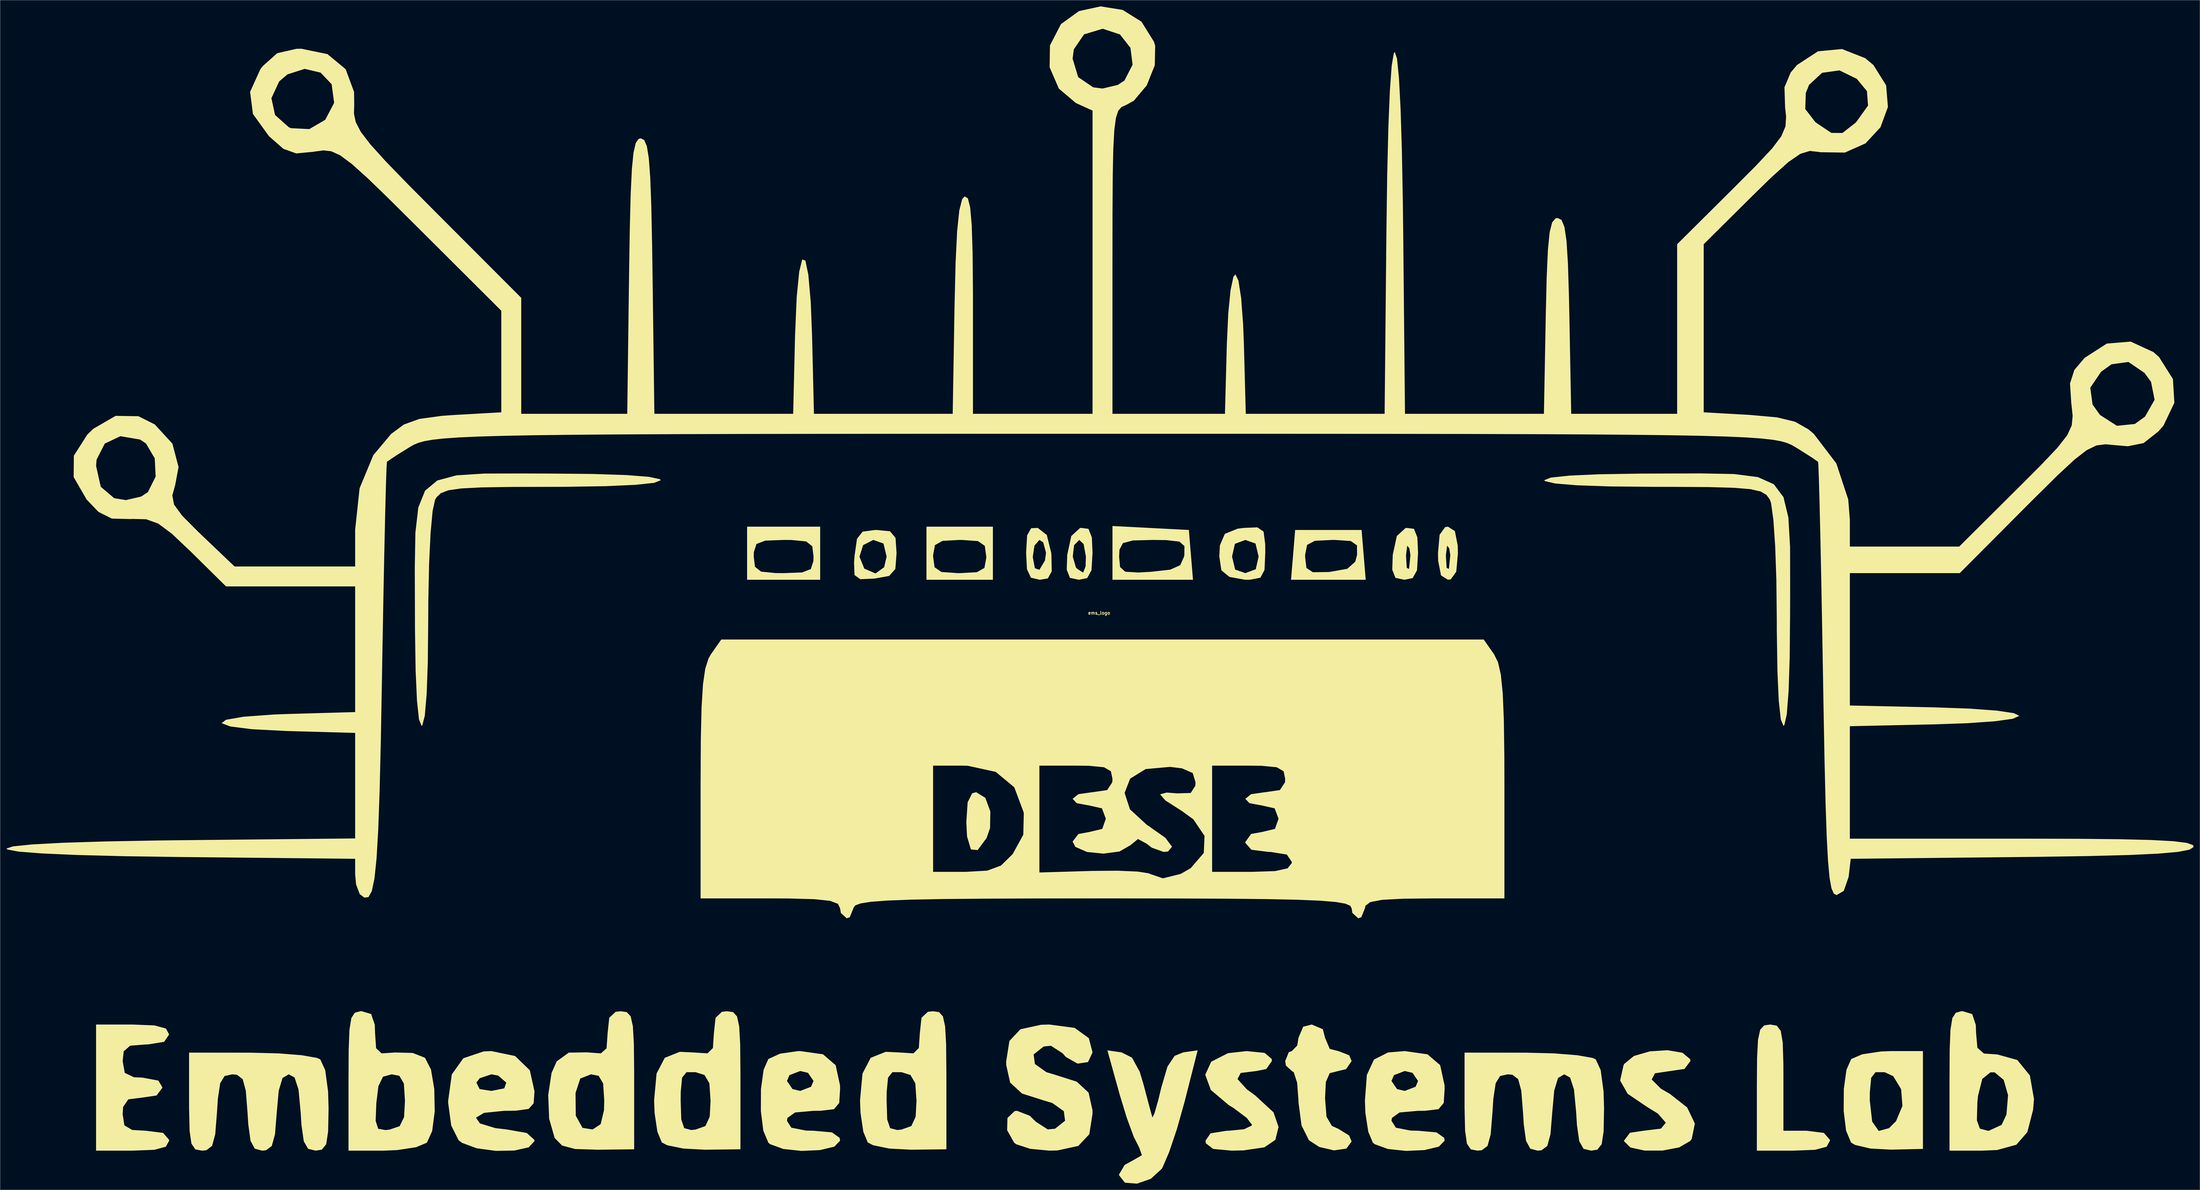
<source format=kicad_pcb>
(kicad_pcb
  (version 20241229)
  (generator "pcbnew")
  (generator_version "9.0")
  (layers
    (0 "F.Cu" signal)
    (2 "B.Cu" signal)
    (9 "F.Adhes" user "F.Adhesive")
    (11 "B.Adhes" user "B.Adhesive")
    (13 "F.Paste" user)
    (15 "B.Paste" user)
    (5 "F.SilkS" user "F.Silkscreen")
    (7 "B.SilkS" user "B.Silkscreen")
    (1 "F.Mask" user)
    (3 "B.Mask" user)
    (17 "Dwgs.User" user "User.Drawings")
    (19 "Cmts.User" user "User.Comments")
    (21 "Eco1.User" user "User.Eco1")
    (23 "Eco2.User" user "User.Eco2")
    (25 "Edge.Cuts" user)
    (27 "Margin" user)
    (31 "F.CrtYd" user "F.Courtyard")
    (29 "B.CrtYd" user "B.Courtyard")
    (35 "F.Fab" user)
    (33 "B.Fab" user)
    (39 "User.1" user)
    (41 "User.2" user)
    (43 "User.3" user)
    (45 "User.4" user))
  (footprint "ems_logo"
    (layer "F.Cu")
    (at 522.288 290.124)
    (property "Reference" "ems_logo" (at 0 0 0) (layer "F.SilkS") (effects (font (size 1.5 1.5) (thickness 0.3))))
    (attr board_only exclude_from_pos_files exclude_from_bom)
    (fp_poly (pts (xy -54.417 88.421) (xy -52.023 94.933) (xy -52.155 102.89) (xy -53.817 107.654) (xy -58.111 113.426) (xy -61.309 113.108) (xy -63.152 106.906) (xy -63.5 100.013) (xy -62.862 90.554) (xy -60.713 86.267) (xy -58.798 85.725)) (stroke (width 0) (type solid)) (fill yes) (layer "F.SilkS"))
    (fp_poly (pts (xy 323.839 197.38) (xy 325.735 199.823) (xy 326.683 205.455) (xy 327.002 215.553) (xy 327.025 222.25) (xy 327.025 247.65) (xy 338.137 247.65) (xy 346.356 248.683) (xy 349.23 251.979) (xy 349.25 252.412) (xy 347.682 255.285) (xy 342.181 256.763) (xy 331.788 257.175) (xy 314.325 257.175) (xy 314.325 227.012) (xy 314.421 212.994) (xy 314.874 204.146) (xy 315.932 199.291) (xy 317.843 197.252) (xy 320.675 196.85)) (stroke (width 0) (type solid)) (fill yes) (layer "F.SilkS"))
    (fp_poly (pts (xy -25.029 -37.305) (xy -22.915 -28.723) (xy -22.827 -27.755) (xy -22.675 -19.893) (xy -24.535 -16.52) (xy -28.383 -15.875) (xy -32.621 -16.857) (xy -34.517 -20.924) (xy -34.821 -26.8) (xy -31.75 -26.8) (xy -30.742 -21.398) (xy -28.575 -20.637) (xy -25.908 -25.116) (xy -25.4 -28.762) (xy -26.766 -33.819) (xy -28.575 -34.925) (xy -30.941 -32.202) (xy -31.75 -26.8) (xy -34.821 -26.8) (xy -34.925 -28.808) (xy -34.44 -37.104) (xy -32.538 -40.527) (xy -29.369 -40.688)) (stroke (width 0) (type solid)) (fill yes) (layer "F.SilkS"))
    (fp_poly (pts (xy 150.447 -40.242) (xy 152.073 -36.123) (xy 152.4 -28.808) (xy 151.903 -20.431) (xy 149.846 -16.682) (xy 145.858 -15.875) (xy 141.605 -16.782) (xy 140.069 -20.669) (xy 140.277 -26.988) (xy 146.669 -26.988) (xy 147.012 -21.565) (xy 148.006 -21.088) (xy 148.133 -21.371) (xy 148.761 -27.674) (xy 148.25 -30.896) (xy 147.24 -32.191) (xy 146.69 -27.973) (xy 146.669 -26.988) (xy 140.277 -26.988) (xy 140.302 -27.755) (xy 142.25 -36.804) (xy 146.39 -40.585) (xy 146.844 -40.688)) (stroke (width 0) (type solid)) (fill yes) (layer "F.SilkS"))
    (fp_poly (pts (xy 169.999 -39.178) (xy 171.364 -32.226) (xy 171.45 -28.575) (xy 170.664 -19.744) (xy 168.057 -16.105) (xy 166.688 -15.875) (xy 163.376 -17.972) (xy 162.011 -24.924) (xy 161.963 -26.988) (xy 165.719 -26.988) (xy 166.062 -21.565) (xy 167.056 -21.088) (xy 167.183 -21.371) (xy 167.811 -27.674) (xy 167.3 -30.896) (xy 166.29 -32.191) (xy 165.74 -27.973) (xy 165.719 -26.988) (xy 161.963 -26.988) (xy 161.925 -28.575) (xy 162.711 -37.406) (xy 165.318 -41.045) (xy 166.688 -41.275)) (stroke (width 0) (type solid)) (fill yes) (layer "F.SilkS"))
    (fp_poly (pts (xy -5.128 -40.242) (xy -3.502 -36.123) (xy -3.175 -28.808) (xy -3.672 -20.431) (xy -5.729 -16.682) (xy -9.717 -15.875) (xy -13.97 -16.782) (xy -15.506 -20.669) (xy -15.299 -26.957) (xy -12.63 -26.957) (xy -11.146 -21.854) (xy -10.583 -21.167) (xy -7.682 -19.283) (xy -6.506 -22.217) (xy -6.35 -26.988) (xy -7.437 -32.954) (xy -9.525 -34.925) (xy -12.007 -32.393) (xy -12.63 -26.957) (xy -15.299 -26.957) (xy -15.273 -27.755) (xy -13.325 -36.804) (xy -9.185 -40.585) (xy -8.731 -40.688)) (stroke (width 0) (type solid)) (fill yes) (layer "F.SilkS"))
    (fp_poly (pts (xy -99.963 -39.068) (xy -97.338 -35.926) (xy -96.838 -28.575) (xy -97.418 -21.036) (xy -100.392 -17.697) (xy -107.361 -16.452) (xy -114.164 -16.145) (xy -116.939 -18.146) (xy -117.15 -24.162) (xy -116.936 -26.917) (xy -114.57 -26.917) (xy -112.273 -21.258) (xy -112.183 -21.167) (xy -106.887 -18.899) (xy -102.765 -21.882) (xy -101.6 -26.988) (xy -103.088 -33.212) (xy -107.95 -34.925) (xy -112.831 -32.44) (xy -114.57 -26.917) (xy -116.936 -26.917) (xy -116.886 -27.565) (xy -115.747 -35.487) (xy -113.037 -38.91) (xy -107.148 -39.684) (xy -106.362 -39.688)) (stroke (width 0) (type solid)) (fill yes) (layer "F.SilkS"))
    (fp_poly (pts (xy 78.57 -38.918) (xy 79.347 -32.921) (xy 79.375 -28.776) (xy 79.017 -20.551) (xy 77.043 -16.862) (xy 72.105 -15.901) (xy 69.75 -15.875) (xy 62.263 -17.244) (xy 58.387 -20.407) (xy 57.428 -26.988) (xy 63.5 -26.988) (xy 64.988 -20.763) (xy 69.85 -19.05) (xy 74.829 -20.91) (xy 76.2 -26.988) (xy 74.712 -33.212) (xy 69.85 -34.925) (xy 64.871 -33.065) (xy 63.5 -26.988) (xy 57.428 -26.988) (xy 57.413 -27.091) (xy 57.693 -32.313) (xy 60.041 -37.826) (xy 66.206 -40.321) (xy 69.056 -40.682) (xy 75.623 -40.947)) (stroke (width 0) (type solid)) (fill yes) (layer "F.SilkS"))
    (fp_poly (pts (xy 126.398 -27.781) (xy 127.383 -15.875) (xy 109.537 -15.875) (xy 91.692 -15.875) (xy 92.596 -26.796) (xy 98.425 -26.796) (xy 99.045 -21.522) (xy 102.127 -19.485) (xy 109.507 -19.585) (xy 110.331 -19.652) (xy 118.586 -21.127) (xy 122.373 -24.485) (xy 123.252 -27.781) (xy 123.201 -32.344) (xy 120.235 -34.403) (xy 112.749 -34.921) (xy 111.346 -34.925) (xy 103.081 -34.517) (xy 99.37 -32.547) (xy 98.436 -27.896) (xy 98.425 -26.796) (xy 92.596 -26.796) (xy 92.677 -27.781) (xy 93.662 -39.688) (xy 109.537 -39.688) (xy 125.412 -39.688)) (stroke (width 0) (type solid)) (fill yes) (layer "F.SilkS"))
    (fp_poly (pts (xy -133.35 -28.575) (xy -133.35 -15.875) (xy -150.812 -15.875) (xy -168.275 -15.875) (xy -168.275 -26.988) (xy -165.1 -26.988) (xy -164.508 -22.089) (xy -161.597 -19.769) (xy -154.666 -19.08) (xy -150.812 -19.05) (xy -141.996 -19.379) (xy -137.819 -20.996) (xy -136.58 -24.847) (xy -136.525 -26.988) (xy -137.117 -31.886) (xy -140.028 -34.206) (xy -146.959 -34.895) (xy -150.812 -34.925) (xy -159.629 -34.596) (xy -163.806 -32.979) (xy -165.045 -29.128) (xy -165.1 -26.988) (xy -168.275 -26.988) (xy -168.275 -28.575) (xy -168.275 -41.275) (xy -150.812 -41.275) (xy -133.35 -41.275)) (stroke (width 0) (type solid)) (fill yes) (layer "F.SilkS"))
    (fp_poly (pts (xy -50.8 -28.575) (xy -50.8 -15.875) (xy -66.675 -15.875) (xy -82.55 -15.875) (xy -82.55 -26.988) (xy -79.375 -26.988) (xy -78.682 -21.874) (xy -75.412 -19.601) (xy -67.781 -19.053) (xy -66.675 -19.05) (xy -58.493 -19.483) (xy -54.856 -21.527) (xy -53.98 -26.296) (xy -53.975 -26.988) (xy -54.668 -32.101) (xy -57.938 -34.374) (xy -65.569 -34.922) (xy -66.675 -34.925) (xy -74.857 -34.492) (xy -78.494 -32.448) (xy -79.37 -27.679) (xy -79.375 -26.988) (xy -82.55 -26.988) (xy -82.55 -28.575) (xy -82.55 -41.275) (xy -66.675 -41.275) (xy -50.8 -41.275)) (stroke (width 0) (type solid)) (fill yes) (layer "F.SilkS"))
    (fp_poly (pts (xy 24.606 -40.64) (xy 42.862 -39.688) (xy 43.848 -27.781) (xy 44.833 -15.875) (xy 25.592 -15.875) (xy 6.35 -15.875) (xy 6.35 -26.814) (xy 9.525 -26.814) (xy 9.983 -21.953) (xy 12.464 -19.727) (xy 18.632 -19.349) (xy 24.606 -19.67) (xy 33.969 -20.711) (xy 38.713 -22.841) (xy 40.565 -26.932) (xy 40.702 -27.781) (xy 40.753 -31.995) (xy 38.349 -34.117) (xy 31.995 -34.853) (xy 25.621 -34.925) (xy 16.122 -34.682) (xy 11.353 -33.41) (xy 9.697 -30.295) (xy 9.525 -26.814) (xy 6.35 -26.814) (xy 6.35 -28.733) (xy 6.35 -41.592)) (stroke (width 0) (type solid)) (fill yes) (layer "F.SilkS"))
    (fp_poly (pts (xy 393.7 232.948) (xy 393.7 256.345) (xy 378.39 256.69) (xy 368.586 256.163) (xy 361.241 254.431) (xy 359.34 253.295) (xy 356.974 247.625) (xy 355.823 238.25) (xy 355.853 233.142) (xy 368.3 233.142) (xy 369.423 243.254) (xy 372.59 247.757) (xy 377.499 246.41) (xy 380.841 243.079) (xy 383.905 235.768) (xy 383.278 227.776) (xy 379.53 221.579) (xy 375.444 219.648) (xy 371.067 219.641) (xy 368.969 222.296) (xy 368.331 229.162) (xy 368.3 233.142) (xy 355.853 233.142) (xy 355.884 227.698) (xy 357.151 218.495) (xy 359.41 213.36) (xy 364.679 211.095) (xy 373.652 209.731) (xy 378.46 209.55) (xy 393.7 209.55)) (stroke (width 0) (type solid)) (fill yes) (layer "F.SilkS"))
    (fp_poly (pts (xy -451.432 197.278) (xy -446.01 198.778) (xy -444.5 201.613) (xy -446.91 205.135) (xy -454.6 206.366) (xy -455.613 206.375) (xy -463.127 206.968) (xy -466.204 209.637) (xy -466.725 214.312) (xy -465.7 219.985) (xy -461.342 222.06) (xy -457.2 222.25) (xy -449.638 223.67) (xy -447.675 227.012) (xy -450.515 230.793) (xy -457.2 231.775) (xy -464.007 232.629) (xy -466.498 236.261) (xy -466.725 239.713) (xy -465.895 245.08) (xy -462.159 247.278) (xy -455.613 247.65) (xy -447.394 248.683) (xy -444.52 251.979) (xy -444.5 252.412) (xy -446.068 255.285) (xy -451.569 256.763) (xy -461.962 257.175) (xy -479.425 257.175) (xy -479.425 227.012) (xy -479.425 196.85) (xy -461.962 196.85)) (stroke (width 0) (type solid)) (fill yes) (layer "F.SilkS"))
    (fp_poly (pts (xy 40.773 233.972) (xy 37.196 246.702) (xy 33.474 257.785) (xy 30.319 265.137) (xy 29.864 265.906) (xy 24.648 270.662) (xy 18.067 272.952) (xy 12.306 272.498) (xy 9.551 269.02) (xy 9.525 268.501) (xy 12.174 264.006) (xy 16.042 261.884) (xy 20.416 259.356) (xy 19.11 255.66) (xy 16.547 250.614) (xy 13.172 241.423) (xy 9.797 230.356) (xy 3.933 209.208) (xy 10.698 210.173) (xy 15.699 212.696) (xy 19.388 219.471) (xy 21.176 225.425) (xy 23.495 234.238) (xy 25.105 240.148) (xy 25.449 241.3) (xy 26.397 239.45) (xy 28.228 232.996) (xy 29.685 227.012) (xy 32.623 216.994) (xy 36.056 211.84) (xy 40.216 210.159) (xy 47.071 209.181)) (stroke (width 0) (type solid)) (fill yes) (layer "F.SilkS"))
    (fp_poly (pts (xy 79.075 210.422) (xy 82.425 213.276) (xy 82.55 214.312) (xy 79.82 218.16) (xy 75.142 219.075) (xy 67.628 220.024) (xy 66.103 222.923) (xy 70.563 227.845) (xy 74.629 230.814) (xy 83.314 238.844) (xy 85.725 245.837) (xy 84.204 252.013) (xy 78.955 255.58) (xy 68.952 257.055) (xy 63.24 257.175) (xy 54.508 256.355) (xy 50.984 253.651) (xy 50.8 252.412) (xy 53.21 248.89) (xy 60.9 247.659) (xy 61.913 247.65) (xy 69.259 246.931) (xy 72.929 245.163) (xy 73.025 244.789) (xy 70.537 241.521) (xy 64.328 236.865) (xy 61.913 235.371) (xy 53.356 228.133) (xy 50.688 220.858) (xy 53.546 214.635) (xy 61.569 210.553) (xy 70.485 209.55)) (stroke (width 0) (type solid)) (fill yes) (layer "F.SilkS"))
    (fp_poly (pts (xy 278.741 210.342) (xy 282.436 213.395) (xy 282.575 214.312) (xy 279.735 218.093) (xy 273.05 219.075) (xy 265.613 220.175) (xy 264.081 223.154) (xy 268.463 227.533) (xy 272.825 230.071) (xy 281.01 236.504) (xy 284.698 244.187) (xy 283.208 251.532) (xy 282.449 252.565) (xy 277.181 255.621) (xy 269.191 257.144) (xy 260.674 257.143) (xy 253.824 255.631) (xy 250.834 252.617) (xy 250.825 252.412) (xy 253.656 248.626) (xy 260.163 247.65) (xy 268.502 246.635) (xy 270.812 243.799) (xy 267.045 239.46) (xy 261.925 236.309) (xy 252.581 229.971) (xy 248.982 223.645) (xy 250.601 216.341) (xy 250.948 215.67) (xy 255.574 211.89) (xy 263.173 209.681) (xy 271.608 209.134)) (stroke (width 0) (type solid)) (fill yes) (layer "F.SilkS"))
    (fp_poly (pts (xy 106.906 199.095) (xy 107.95 203.2) (xy 110.195 208.506) (xy 114.3 209.55) (xy 119.471 211.535) (xy 120.65 214.312) (xy 118.003 218.191) (xy 114.3 219.075) (xy 110.183 220.113) (xy 108.337 224.33) (xy 107.95 232.072) (xy 108.638 240.941) (xy 111.227 245.371) (xy 114.3 246.73) (xy 119.46 249.919) (xy 120.65 252.783) (xy 118.15 256.188) (xy 112.222 257.042) (xy 105.221 255.416) (xy 100.239 252.186) (xy 96.704 245.092) (xy 95.258 234.075) (xy 95.25 233.136) (xy 94.61 224.694) (xy 92.993 219.678) (xy 92.075 219.075) (xy 89.258 216.503) (xy 88.9 214.312) (xy 90.614 210.087) (xy 92.075 209.55) (xy 94.655 206.891) (xy 95.25 203.2) (xy 97.495 197.894) (xy 101.6 196.85)) (stroke (width 0) (type solid)) (fill yes) (layer "F.SilkS"))
    (fp_poly (pts (xy 417.25 191.853) (xy 418.964 197.028) (xy 419.1 200.849) (xy 419.716 207.961) (xy 422.871 210.736) (xy 429.282 211.168) (xy 438.793 213.807) (xy 444.815 221.208) (xy 446.783 232.495) (xy 446.351 237.615) (xy 443.612 248.291) (xy 438.354 254.337) (xy 429.174 256.872) (xy 421.886 257.175) (xy 406.4 257.175) (xy 406.4 242.706) (xy 419.485 242.706) (xy 420.914 246.633) (xy 424.684 247.645) (xy 425.207 247.65) (xy 431.292 244.856) (xy 433.614 239.942) (xy 434.383 230.636) (xy 432.277 223.298) (xy 427.975 219.726) (xy 425.972 219.716) (xy 422.07 222.861) (xy 420.003 231.039) (xy 419.711 234.184) (xy 419.485 242.706) (xy 406.4 242.706) (xy 406.4 223.838) (xy 406.48 208.965) (xy 406.861 199.32) (xy 407.758 193.778) (xy 409.385 191.218) (xy 411.955 190.517) (xy 412.75 190.5)) (stroke (width 0) (type solid)) (fill yes) (layer "F.SilkS"))
    (fp_poly (pts (xy -279.148 211.912) (xy -272.123 218.72) (xy -269.875 228.827) (xy -270.297 234.508) (xy -272.699 237.225) (xy -278.79 238.066) (xy -284.427 238.125) (xy -294.036 239.098) (xy -297.841 241.409) (xy -295.974 244.147) (xy -288.57 246.4) (xy -283.122 247.039) (xy -273.568 248.729) (xy -269.928 252.015) (xy -269.875 252.595) (xy -272.625 255.573) (xy -279.511 257.124) (xy -288.486 257.271) (xy -297.505 256.037) (xy -304.52 253.446) (xy -306.161 252.186) (xy -309.681 245.151) (xy -311.141 234.323) (xy -311.15 233.363) (xy -309.944 224.631) (xy -297.656 224.631) (xy -296.093 227.719) (xy -290.512 228.6) (xy -284.331 227.385) (xy -283.369 224.631) (xy -287.238 221.265) (xy -290.512 220.662) (xy -296.074 222.536) (xy -297.656 224.631) (xy -309.944 224.631) (xy -309.401 220.705) (xy -303.891 212.976) (xy -294.226 209.722) (xy -290.512 209.55)) (stroke (width 0) (type solid)) (fill yes) (layer "F.SilkS"))
    (fp_poly (pts (xy -347.961 191.821) (xy -346.231 196.901) (xy -346.075 201.063) (xy -345.588 208.174) (xy -342.942 210.652) (xy -336.521 210.223) (xy -328.121 210.434) (xy -322.233 212.749) (xy -319.349 218.371) (xy -317.776 227.738) (xy -317.57 238.373) (xy -318.788 247.797) (xy -321.31 253.365) (xy -326.484 255.532) (xy -335.557 256.912) (xy -341.947 257.175) (xy -358.775 257.175) (xy -358.775 242.912) (xy -345.801 242.912) (xy -344.608 246.696) (xy -341.105 247.337) (xy -339.126 247.103) (xy -334.329 245.473) (xy -332.222 241.154) (xy -331.788 233.363) (xy -332.32 225.054) (xy -334.472 221.382) (xy -338.137 220.662) (xy -342.288 221.803) (xy -344.481 226.282) (xy -345.476 234.403) (xy -345.801 242.912) (xy -358.775 242.912) (xy -358.775 223.838) (xy -358.695 208.965) (xy -358.314 199.32) (xy -357.417 193.778) (xy -355.79 191.218) (xy -353.22 190.517) (xy -352.425 190.5)) (stroke (width 0) (type solid)) (fill yes) (layer "F.SilkS"))
    (fp_poly (pts (xy -225.756 190.922) (xy -223.916 192.938) (xy -222.863 197.678) (xy -222.381 206.269) (xy -222.252 219.839) (xy -222.25 223.509) (xy -222.25 256.518) (xy -239.665 256.726) (xy -250.454 256.39) (xy -256.69 254.73) (xy -260.115 251.254) (xy -260.303 250.913) (xy -262.88 241.898) (xy -263.33 230.593) (xy -263.19 229.662) (xy -250.268 229.662) (xy -250.155 240.458) (xy -246.932 246.276) (xy -242.103 247.047) (xy -238.27 244.512) (xy -236.68 237.907) (xy -236.537 233.319) (xy -237.074 225.028) (xy -239.24 221.371) (xy -242.887 220.662) (xy -248.011 222.691) (xy -250.258 229.573) (xy -250.268 229.662) (xy -263.19 229.662) (xy -261.739 220.041) (xy -259.28 214.483) (xy -253.512 210.287) (xy -244.992 210.151) (xy -238.165 210.655) (xy -235.443 208.244) (xy -234.95 201.216) (xy -234.95 201.063) (xy -234.156 193.637) (xy -231.102 190.759) (xy -228.6 190.5)) (stroke (width 0) (type solid)) (fill yes) (layer "F.SilkS"))
    (fp_poly (pts (xy -263.345 -66.675) (xy -242.338 -66.492) (xy -226.128 -65.962) (xy -215.176 -65.112) (xy -209.944 -63.97) (xy -209.55 -63.5) (xy -212.642 -62.248) (xy -221.6 -61.284) (xy -235.943 -60.639) (xy -255.192 -60.342) (xy -261.826 -60.325) (xy -281.256 -60.275) (xy -295.294 -60.055) (xy -304.898 -59.558) (xy -311.026 -58.679) (xy -314.636 -57.312) (xy -316.686 -55.35) (xy -317.388 -54.184) (xy -318.568 -48.84) (xy -319.545 -38.265) (xy -320.254 -23.575) (xy -320.631 -5.887) (xy -320.675 2.966) (xy -320.867 23.263) (xy -321.424 38.827) (xy -322.313 49.163) (xy -323.505 53.775) (xy -323.85 53.975) (xy -325.094 50.881) (xy -326.053 41.909) (xy -326.699 27.528) (xy -327.004 8.205) (xy -327.025 0.706) (xy -327.095 -21.627) (xy -326.807 -38.411) (xy -325.418 -50.433) (xy -322.181 -58.482) (xy -316.352 -63.347) (xy -307.185 -65.815) (xy -293.936 -66.676) (xy -275.859 -66.716)) (stroke (width 0) (type solid)) (fill yes) (layer "F.SilkS"))
    (fp_poly (pts (xy -174.956 190.922) (xy -173.116 192.938) (xy -172.063 197.678) (xy -171.581 206.269) (xy -171.452 219.839) (xy -171.45 223.509) (xy -171.45 256.518) (xy -188.403 256.721) (xy -198.655 256.183) (xy -206.47 254.587) (xy -209.041 253.239) (xy -211.157 248.122) (xy -212.489 239.127) (xy -212.715 233.363) (xy -200.025 233.363) (xy -199.732 242.296) (xy -198.318 246.429) (xy -194.98 247.302) (xy -192.881 247.077) (xy -188.2 245.413) (xy -186.147 240.965) (xy -185.738 233.363) (xy -186.299 224.96) (xy -188.638 220.979) (xy -192.881 219.648) (xy -197.234 219.634) (xy -199.336 222.251) (xy -199.989 229.04) (xy -200.025 233.363) (xy -212.715 233.363) (xy -212.725 233.116) (xy -211.539 220.29) (xy -207.619 212.769) (xy -200.421 209.9) (xy -193.704 210.223) (xy -187.207 210.638) (xy -184.615 208.093) (xy -184.15 201.063) (xy -183.356 193.637) (xy -180.302 190.759) (xy -177.8 190.5)) (stroke (width 0) (type solid)) (fill yes) (layer "F.SilkS"))
    (fp_poly (pts (xy -76.531 190.922) (xy -74.691 192.938) (xy -73.638 197.678) (xy -73.156 206.269) (xy -73.027 219.839) (xy -73.025 223.509) (xy -73.025 256.518) (xy -89.978 256.721) (xy -100.23 256.183) (xy -108.045 254.587) (xy -110.616 253.239) (xy -112.732 248.122) (xy -114.064 239.127) (xy -114.29 233.363) (xy -101.6 233.363) (xy -101.307 242.296) (xy -99.893 246.429) (xy -96.555 247.302) (xy -94.456 247.077) (xy -89.775 245.413) (xy -87.722 240.965) (xy -87.312 233.363) (xy -87.874 224.96) (xy -90.213 220.979) (xy -94.456 219.648) (xy -98.809 219.634) (xy -100.911 222.251) (xy -101.564 229.04) (xy -101.6 233.363) (xy -114.29 233.363) (xy -114.3 233.116) (xy -113.114 220.29) (xy -109.194 212.769) (xy -101.996 209.9) (xy -95.279 210.223) (xy -88.782 210.638) (xy -86.19 208.093) (xy -85.725 201.063) (xy -84.931 193.637) (xy -81.877 190.759) (xy -79.375 190.5)) (stroke (width 0) (type solid)) (fill yes) (layer "F.SilkS"))
    (fp_poly (pts (xy 156.923 211.097) (xy 162.974 216.288) (xy 165.072 225.947) (xy 165.1 227.647) (xy 164.675 234.358) (xy 162.18 237.341) (xy 155.788 238.104) (xy 152.4 238.125) (xy 143.569 238.911) (xy 139.93 241.518) (xy 139.7 242.887) (xy 141.797 246.199) (xy 148.749 247.564) (xy 152.4 247.65) (xy 161.231 248.436) (xy 164.87 251.043) (xy 165.1 252.412) (xy 162.334 255.255) (xy 155.465 256.904) (xy 146.64 257.299) (xy 138.005 256.383) (xy 131.705 254.094) (xy 130.81 253.365) (xy 128.606 248.155) (xy 127.23 239.119) (xy 127 233.363) (xy 127.716 223.838) (xy 139.7 223.838) (xy 142.347 227.716) (xy 146.05 228.6) (xy 151.221 226.615) (xy 152.4 223.838) (xy 149.753 219.959) (xy 146.05 219.075) (xy 140.879 221.06) (xy 139.7 223.838) (xy 127.716 223.838) (xy 127.931 220.977) (xy 131.319 213.63) (xy 138.054 210.21) (xy 146.05 209.55)) (stroke (width 0) (type solid)) (fill yes) (layer "F.SilkS"))
    (fp_poly (pts (xy 303.488 -66.445) (xy 314.85 -64.974) (xy 322.457 -61.549) (xy 327.055 -55.381) (xy 329.387 -45.682) (xy 330.2 -31.662) (xy 330.239 -12.535) (xy 330.2 0.706) (xy 330.016 21.581) (xy 329.481 37.67) (xy 328.624 48.506) (xy 327.472 53.622) (xy 327.025 53.975) (xy 325.762 50.885) (xy 324.793 41.947) (xy 324.15 27.655) (xy 323.862 8.505) (xy 323.85 2.966) (xy 323.648 -15.728) (xy 323.084 -31.938) (xy 322.223 -44.549) (xy 321.128 -52.442) (xy 320.563 -54.184) (xy 318.918 -56.463) (xy 316.167 -58.098) (xy 311.35 -59.196) (xy 303.512 -59.86) (xy 291.694 -60.198) (xy 274.937 -60.316) (xy 265.001 -60.325) (xy 244.379 -60.513) (xy 228.519 -61.057) (xy 217.902 -61.928) (xy 213.006 -63.097) (xy 212.725 -63.5) (xy 215.82 -64.74) (xy 224.799 -65.697) (xy 239.2 -66.343) (xy 258.561 -66.652) (xy 266.52 -66.675) (xy 287.627 -66.749)) (stroke (width 0) (type solid)) (fill yes) (layer "F.SilkS"))
    (fp_poly (pts (xy -132.002 211.097) (xy -125.951 216.288) (xy -123.853 225.947) (xy -123.825 227.647) (xy -124.25 234.358) (xy -126.745 237.341) (xy -133.137 238.104) (xy -136.525 238.125) (xy -145.356 238.911) (xy -148.995 241.518) (xy -149.225 242.887) (xy -147.128 246.199) (xy -140.176 247.564) (xy -136.525 247.65) (xy -127.694 248.436) (xy -124.055 251.043) (xy -123.825 252.412) (xy -126.591 255.255) (xy -133.46 256.904) (xy -142.285 257.299) (xy -150.92 256.383) (xy -157.22 254.094) (xy -158.115 253.365) (xy -160.515 247.659) (xy -161.692 238.253) (xy -161.645 227.679) (xy -161.116 223.838) (xy -149.225 223.838) (xy -146.578 227.716) (xy -142.875 228.6) (xy -137.704 226.615) (xy -136.525 223.838) (xy -139.172 219.959) (xy -142.875 219.075) (xy -148.046 221.06) (xy -149.225 223.838) (xy -161.116 223.838) (xy -160.375 218.467) (xy -158.115 213.36) (xy -152.547 210.793) (xy -143.987 209.567) (xy -142.875 209.55)) (stroke (width 0) (type solid)) (fill yes) (layer "F.SilkS"))
    (fp_poly (pts (xy -11.733 198.454) (xy -4.945 203.36) (xy -3.175 210.185) (xy -5.338 214.815) (xy -10.353 215.545) (xy -16.007 212.307) (xy -17.447 210.622) (xy -23.033 207.014) (xy -26.528 207.347) (xy -31.336 211.157) (xy -30.723 215.73) (xy -25.231 219.639) (xy -21.431 220.777) (xy -10.717 224.182) (xy -5.063 229.417) (xy -3.205 237.777) (xy -3.175 239.466) (xy -4.713 249.302) (xy -9.962 254.897) (xy -19.872 257.069) (xy -23.812 257.175) (xy -32.983 256.296) (xy -39.64 254.112) (xy -40.64 253.365) (xy -43.992 247.408) (xy -43.842 241.547) (xy -40.419 238.257) (xy -39.244 238.125) (xy -33.179 240.49) (xy -30.178 243.403) (xy -24.592 247.011) (xy -21.097 246.678) (xy -16.289 242.868) (xy -16.902 238.295) (xy -22.394 234.386) (xy -26.194 233.248) (xy -36.908 229.843) (xy -42.562 224.608) (xy -44.42 216.248) (xy -44.45 214.559) (xy -42.912 204.723) (xy -37.663 199.128) (xy -27.753 196.956) (xy -23.812 196.85)) (stroke (width 0) (type solid)) (fill yes) (layer "F.SilkS"))
    (fp_poly (pts (xy -405.606 210.31) (xy -392.246 210.648) (xy -381.116 211.532) (xy -373.876 212.804) (xy -372.269 213.506) (xy -369.904 218.672) (xy -368.543 228.84) (xy -368.3 236.926) (xy -368.513 247.984) (xy -369.44 254.105) (xy -371.511 256.696) (xy -374.492 257.175) (xy -378.077 256.302) (xy -380.142 252.719) (xy -381.252 244.977) (xy -381.635 238.919) (xy -382.668 227.938) (xy -384.535 222.212) (xy -387.35 220.662) (xy -390.307 222.427) (xy -392.114 228.438) (xy -393.065 238.919) (xy -393.918 249.385) (xy -395.445 254.934) (xy -398.195 257) (xy -400.05 257.175) (xy -403.557 256.245) (xy -405.587 252.499) (xy -406.686 244.505) (xy -407.035 238.919) (xy -407.864 228.505) (xy -409.347 222.98) (xy -412.069 220.883) (xy -414.337 220.662) (xy -418.003 221.483) (xy -420.103 224.919) (xy -421.224 232.43) (xy -421.64 238.919) (xy -422.48 249.357) (xy -423.984 254.893) (xy -426.719 256.976) (xy -428.783 257.175) (xy -431.973 256.564) (xy -433.835 253.852) (xy -434.717 247.719) (xy -434.97 236.846) (xy -434.975 233.731) (xy -434.975 210.286)) (stroke (width 0) (type solid)) (fill yes) (layer "F.SilkS"))
    (fp_poly (pts (xy 203.994 210.31) (xy 217.354 210.648) (xy 228.484 211.532) (xy 235.724 212.804) (xy 237.331 213.506) (xy 239.696 218.672) (xy 241.057 228.84) (xy 241.3 236.926) (xy 241.087 247.984) (xy 240.16 254.105) (xy 238.089 256.696) (xy 235.108 257.175) (xy 231.523 256.302) (xy 229.458 252.719) (xy 228.348 244.977) (xy 227.965 238.919) (xy 226.932 227.938) (xy 225.065 222.212) (xy 222.25 220.662) (xy 219.293 222.427) (xy 217.486 228.438) (xy 216.535 238.919) (xy 215.682 249.385) (xy 214.155 254.934) (xy 211.405 257) (xy 209.55 257.175) (xy 206.043 256.245) (xy 204.013 252.499) (xy 202.914 244.505) (xy 202.565 238.919) (xy 201.736 228.505) (xy 200.253 222.98) (xy 197.531 220.883) (xy 195.262 220.662) (xy 191.597 221.483) (xy 189.497 224.919) (xy 188.376 232.43) (xy 187.96 238.919) (xy 187.12 249.357) (xy 185.616 254.893) (xy 182.881 256.976) (xy 180.817 257.175) (xy 177.627 256.564) (xy 175.765 253.852) (xy 174.883 247.719) (xy 174.63 236.846) (xy 174.625 233.731) (xy 174.625 210.286)) (stroke (width 0) (type solid)) (fill yes) (layer "F.SilkS"))
    (fp_poly (pts (xy 188.732 19.756) (xy 190.607 23.57) (xy 191.961 29.468) (xy 192.868 38.381) (xy 193.404 51.243) (xy 193.643 68.988) (xy 193.675 81.669) (xy 193.675 136.525) (xy 160.338 136.525) (xy 145.114 136.671) (xy 135.21 137.207) (xy 129.602 138.278) (xy 127.264 140.033) (xy 127 141.287) (xy 125.286 145.513) (xy 123.825 146.05) (xy 121.008 143.478) (xy 120.65 141.287) (xy 120.003 140.049) (xy 117.679 139.041) (xy 113.104 138.241) (xy 105.704 137.626) (xy 94.904 137.174) (xy 80.13 136.86) (xy 60.808 136.663) (xy 36.365 136.559) (xy 6.224 136.525) (xy 1.587 136.525) (xy -29.384 136.551) (xy -54.579 136.644) (xy -74.573 136.827) (xy -89.94 137.123) (xy -101.254 137.555) (xy -109.089 138.146) (xy -114.02 138.919) (xy -116.62 139.896) (xy -117.464 141.102) (xy -117.475 141.287) (xy -119.189 145.513) (xy -120.65 146.05) (xy -123.467 143.478) (xy -123.825 141.287) (xy -124.847 139.113) (xy -128.597 137.698) (xy -136.099 136.897) (xy -148.378 136.563) (xy -157.162 136.525) (xy -190.5 136.525) (xy -190.5 98.425) (xy -79.375 98.425) (xy -79.375 123.825) (xy -63.73 123.825) (xy -53.471 123.241) (xy -46.951 120.827) (xy -41.615 115.594) (xy -41.219 115.095) (xy -36.278 106.09) (xy -36.094 98.576) (xy -28.575 98.576) (xy -28.575 124.126) (xy -3.246 123.375) (xy 8.886 123.28) (xy 18.459 123.699) (xy 23.794 124.543) (xy 24.27 124.812) (xy 30.473 126.924) (xy 39.015 124.788) (xy 43.744 122.057) (xy 49.991 114.788) (xy 50.357 106.645) (xy 45.003 98.709) (xy 44.614 98.425) (xy 53.975 98.425) (xy 53.975 123.825) (xy 73.025 123.825) (xy 84.086 123.459) (xy 90.025 122.163) (xy 92.037 119.636) (xy 92.075 119.062) (xy 89.665 115.54) (xy 81.975 114.309) (xy 80.963 114.3) (xy 72.744 113.267) (xy 69.87 109.971) (xy 69.85 109.537) (xy 72.61 105.707) (xy 77.787 104.775) (xy 84.012 103.287) (xy 85.725 98.425) (xy 83.865 93.446) (xy 77.787 92.075) (xy 71.821 90.988) (xy 69.85 88.9) (xy 72.609 86.671) (xy 79.256 85.725) (xy 79.375 85.725) (xy 86.347 84.727) (xy 88.802 81.014) (xy 88.9 79.375) (xy 88.142 75.705) (xy 84.865 73.794) (xy 77.564 73.093) (xy 71.438 73.025) (xy 53.975 73.025) (xy 53.975 98.425) (xy 44.614 98.425) (xy 39.688 94.829) (xy 31.563 89.618) (xy 29.117 86.748) (xy 32.263 85.901) (xy 37.306 86.292) (xy 43.751 86.093) (xy 45.949 82.663) (xy 46.038 80.963) (xy 44.701 76.564) (xy 39.626 74.333) (xy 33.91 73.614) (xy 22.202 74.667) (xy 14.799 79.244) (xy 12.15 86.079) (xy 14.704 93.91) (xy 22.911 101.472) (xy 23.812 102.021) (xy 31.639 107.541) (xy 34.81 111.803) (xy 32.919 114.095) (xy 30.797 114.3) (xy 25.098 112.243) (xy 22.646 110.331) (xy 18.546 108.123) (xy 14.868 111.125) (xy 9.684 114.095) (xy 2.01 115.11) (xy -5.797 114.322) (xy -11.379 111.883) (xy -12.7 109.346) (xy -9.934 105.722) (xy -4.763 104.775) (xy 1.462 103.287) (xy 3.175 98.425) (xy 1.315 93.446) (xy -4.763 92.075) (xy -10.729 90.988) (xy -12.7 88.9) (xy -9.941 86.671) (xy -3.294 85.725) (xy -3.175 85.725) (xy 3.797 84.727) (xy 6.252 81.014) (xy 6.35 79.375) (xy 5.592 75.705) (xy 2.315 73.794) (xy -4.986 73.093) (xy -11.113 73.025) (xy -28.575 73.025) (xy -28.575 98.576) (xy -36.094 98.576) (xy -36.029 95.901) (xy -36.129 95.251) (xy -40.582 83.37) (xy -49.462 76) (xy -62.846 73.082) (xy -65.439 73.025) (xy -79.375 73.025) (xy -79.375 98.425) (xy -190.5 98.425) (xy -190.5 81.669) (xy -190.397 60.718) (xy -190.04 45.183) (xy -189.354 34.128) (xy -188.264 26.623) (xy -186.696 21.734) (xy -185.557 19.756) (xy -180.615 12.7) (xy 1.587 12.7) (xy 183.79 12.7)) (stroke (width 0) (type solid)) (fill yes) (layer "F.SilkS"))
    (fp_poly (pts (xy 11.191 -288.435) (xy 20.218 -282.801) (xy 26.174 -273.232) (xy 26.769 -271.201) (xy 26.568 -261.937) (xy 22.721 -252.311) (xy 16.54 -244.969) (xy 12.735 -242.899) (xy 10.69 -241.997) (xy 9.136 -240.236) (xy 8.005 -236.829) (xy 7.23 -230.989) (xy 6.744 -221.931) (xy 6.48 -208.868) (xy 6.371 -191.013) (xy 6.35 -168.061) (xy 6.35 -95.25) (xy 33.23 -95.25) (xy 60.11 -95.25) (xy 61.011 -128.601) (xy 61.695 -143.318) (xy 62.786 -154.393) (xy 64.158 -160.789) (xy 65.088 -161.953) (xy 66.57 -158.95) (xy 67.849 -150.633) (xy 68.798 -138.036) (xy 69.164 -128.601) (xy 70.065 -95.25) (xy 103.244 -95.25) (xy 136.423 -95.25) (xy 137.268 -181.769) (xy 137.654 -209.587) (xy 138.213 -232.378) (xy 138.932 -249.846) (xy 139.796 -261.695) (xy 140.792 -267.627) (xy 141.287 -268.288) (xy 142.339 -265.162) (xy 143.265 -255.985) (xy 144.052 -241.052) (xy 144.686 -220.66) (xy 145.153 -195.106) (xy 145.307 -181.769) (xy 146.152 -95.25) (xy 179.354 -95.25) (xy 212.555 -95.25) (xy 213.434 -142.081) (xy 213.875 -160.596) (xy 214.462 -173.639) (xy 215.3 -182.092) (xy 216.496 -186.834) (xy 218.154 -188.743) (xy 219.075 -188.912) (xy 220.975 -187.987) (xy 222.365 -184.622) (xy 223.35 -177.94) (xy 224.036 -167.061) (xy 224.53 -151.106) (xy 224.716 -142.081) (xy 225.595 -95.25) (xy 250.91 -95.25) (xy 276.225 -95.25) (xy 276.225 -135.801) (xy 276.225 -176.353) (xy 302.86 -202.85) (xy 314.166 -214.197) (xy 321.649 -222.213) (xy 326.024 -228.011) (xy 328.004 -232.703) (xy 328.303 -237.402) (xy 327.91 -241.018) (xy 337.468 -241.018) (xy 342.184 -234.9) (xy 342.773 -234.414) (xy 349.882 -229.614) (xy 355.227 -229.566) (xy 361.335 -234.34) (xy 361.95 -234.95) (xy 367.457 -242.68) (xy 366.938 -249.61) (xy 362.078 -255.472) (xy 353.808 -259.509) (xy 345.504 -258.348) (xy 339.27 -252.576) (xy 337.707 -248.653) (xy 337.468 -241.018) (xy 327.91 -241.018) (xy 327.825 -241.799) (xy 327.529 -251.453) (xy 330.489 -258.486) (xy 333.493 -262.064) (xy 343.544 -268.629) (xy 355.018 -269.725) (xy 366.114 -265.352) (xy 370.032 -262.082) (xy 376.11 -252.362) (xy 376.964 -242.003) (xy 373.414 -232.314) (xy 366.279 -224.606) (xy 356.378 -220.189) (xy 344.53 -220.373) (xy 344.024 -220.495) (xy 339.638 -220.981) (xy 335.115 -219.601) (xy 329.35 -215.628) (xy 321.243 -208.334) (xy 312.212 -199.503) (xy 288.925 -176.371) (xy 288.925 -136.169) (xy 288.925 -95.967) (xy 310.995 -94.719) (xy 323.94 -93.561) (xy 332.593 -91.463) (xy 339.003 -87.815) (xy 341.567 -85.63) (xy 352.303 -71.546) (xy 357.995 -54.303) (xy 358.775 -44.552) (xy 358.775 -31.75) (xy 384.906 -31.75) (xy 411.037 -31.75) (xy 438.74 -59.325) (xy 450.281 -70.882) (xy 458.012 -79.057) (xy 462.624 -84.949) (xy 464.809 -89.653) (xy 465.258 -94.266) (xy 464.662 -99.886) (xy 464.599 -100.347) (xy 464.124 -107.732) (xy 473.673 -107.732) (xy 474.773 -99.691) (xy 478.33 -94.706) (xy 486.42 -89.516) (xy 494.977 -90.395) (xy 499.836 -93.889) (xy 504.424 -101.971) (xy 502.714 -110.543) (xy 499.57 -114.844) (xy 491.907 -120.052) (xy 483.866 -118.952) (xy 478.881 -115.395) (xy 473.673 -107.732) (xy 464.124 -107.732) (xy 463.992 -109.783) (xy 466.056 -116.213) (xy 470.946 -121.985) (xy 481.582 -128.845) (xy 492.985 -129.785) (xy 503.847 -124.79) (xy 506.557 -122.382) (xy 513.181 -111.896) (xy 513.867 -100.51) (xy 508.631 -89.537) (xy 506.171 -86.783) (xy 499.153 -81.245) (xy 491.632 -79.733) (xy 485.916 -80.223) (xy 480.946 -80.685) (xy 476.622 -80.123) (xy 471.978 -77.873) (xy 466.048 -73.272) (xy 457.866 -65.657) (xy 446.467 -54.365) (xy 442.56 -50.447) (xy 411.282 -19.05) (xy 385.028 -19.05) (xy 358.775 -19.05) (xy 358.775 12.605) (xy 358.775 44.26) (xy 399.256 45.149) (xy 416.152 45.758) (xy 429.069 46.714) (xy 437.194 47.935) (xy 439.738 49.212) (xy 436.699 50.604) (xy 428.125 51.806) (xy 414.829 52.735) (xy 399.256 53.276) (xy 358.775 54.165) (xy 358.775 81.057) (xy 358.775 107.95) (xy 441.59 107.95) (xy 467.651 108.013) (xy 487.936 108.219) (xy 503.02 108.598) (xy 513.475 109.176) (xy 519.874 109.982) (xy 522.792 111.043) (xy 523.083 111.919) (xy 521.06 113.223) (xy 515.585 114.278) (xy 506.107 115.116) (xy 492.077 115.769) (xy 472.944 116.269) (xy 448.159 116.649) (xy 440.474 116.734) (xy 359.187 117.581) (xy 358.187 126.259) (xy 355.862 132.93) (xy 352.425 134.938) (xy 351.089 134.225) (xy 349.988 131.679) (xy 349.083 126.69) (xy 348.336 118.645) (xy 347.709 106.934) (xy 347.164 90.946) (xy 346.662 70.069) (xy 346.166 43.692) (xy 345.965 31.75) (xy 345.535 6.831) (xy 345.103 -15.974) (xy 344.687 -35.909) (xy 344.304 -52.222) (xy 343.972 -64.158) (xy 343.706 -70.965) (xy 343.583 -72.278) (xy 340.699 -74.309) (xy 334.412 -78.287) (xy 332.581 -79.41) (xy 330.773 -80.434) (xy 328.657 -81.34) (xy 325.856 -82.136) (xy 321.993 -82.828) (xy 316.693 -83.425) (xy 309.577 -83.933) (xy 300.269 -84.359) (xy 288.394 -84.711) (xy 273.573 -84.995) (xy 255.431 -85.219) (xy 233.591 -85.39) (xy 207.676 -85.515) (xy 177.309 -85.601) (xy 142.114 -85.655) (xy 101.713 -85.686) (xy 55.732 -85.698) (xy 3.792 -85.701) (xy 1.587 -85.701) (xy -50.598 -85.699) (xy -96.811 -85.686) (xy -137.427 -85.657) (xy -172.823 -85.604) (xy -203.375 -85.519) (xy -229.461 -85.395) (xy -251.457 -85.227) (xy -269.74 -85.005) (xy -284.686 -84.723) (xy -296.672 -84.375) (xy -306.074 -83.952) (xy -313.271 -83.447) (xy -318.637 -82.854) (xy -322.55 -82.165) (xy -325.386 -81.374) (xy -327.522 -80.472) (xy -329.335 -79.453) (xy -329.406 -79.41) (xy -336.217 -75.157) (xy -340.126 -72.525) (xy -340.408 -72.278) (xy -340.624 -69.019) (xy -340.917 -60.166) (xy -341.272 -46.472) (xy -341.67 -28.694) (xy -342.095 -7.584) (xy -342.528 16.102) (xy -342.79 31.488) (xy -343.328 61.155) (xy -343.901 85.009) (xy -344.564 103.588) (xy -345.371 117.429) (xy -346.379 127.069) (xy -347.643 133.045) (xy -349.218 135.896) (xy -351.16 136.157) (xy -353.417 134.474) (xy -355.146 129.869) (xy -355.6 124.936) (xy -355.6 117.58) (xy -438.944 116.734) (xy -466.123 116.339) (xy -488.318 115.765) (xy -505.215 115.026) (xy -516.502 114.138) (xy -521.866 113.116) (xy -522.288 112.713) (xy -519.165 111.645) (xy -510.006 110.707) (xy -495.123 109.912) (xy -474.828 109.276) (xy -449.434 108.814) (xy -438.944 108.691) (xy -355.6 107.845) (xy -355.6 82.608) (xy -355.6 57.372) (xy -388.144 56.467) (xy -404.856 55.611) (xy -415.275 54.287) (xy -419.421 52.708) (xy -417.314 51.087) (xy -408.975 49.636) (xy -394.424 48.567) (xy -387.365 48.308) (xy -355.6 47.403) (xy -355.6 17.351) (xy -355.6 -12.7) (xy -386.456 -12.7) (xy -417.313 -12.7) (xy -434.071 -29.25) (xy -443.179 -37.884) (xy -449.737 -42.761) (xy -455.474 -44.815) (xy -462.119 -44.98) (xy -463.081 -44.915) (xy -471.897 -45.143) (xy -478.276 -48.34) (xy -483.947 -54.268) (xy -490.132 -64.987) (xy -490.084 -70.373) (xy -479.425 -70.373) (xy -477.194 -60.372) (xy -470.776 -54.894) (xy -465.138 -53.975) (xy -457.851 -55.694) (xy -454.66 -57.785) (xy -450.945 -65.247) (xy -451.382 -73.928) (xy -455.56 -81.056) (xy -458.386 -82.945) (xy -467.79 -84.541) (xy -475.261 -81.011) (xy -479.182 -73.322) (xy -479.425 -70.373) (xy -490.084 -70.373) (xy -490.041 -75.218) (xy -483.642 -85.277) (xy -480.716 -88.106) (xy -470.095 -94.271) (xy -459.177 -94.098) (xy -451.356 -90.167) (xy -442.932 -80.971) (xy -440.005 -69.768) (xy -441.613 -61.156) (xy -442.985 -56.183) (xy -442.156 -51.834) (xy -438.32 -46.574) (xy -430.669 -38.873) (xy -429.07 -37.343) (xy -413.222 -22.225) (xy -384.411 -22.225) (xy -355.6 -22.225) (xy -355.6 -39.789) (xy -353.474 -59.652) (xy -346.906 -75.48) (xy -338.392 -85.63) (xy -332.316 -90.127) (xy -324.874 -92.814) (xy -314.017 -94.3) (xy -307.82 -94.719) (xy -285.75 -95.967) (xy -285.75 -120.262) (xy -285.75 -144.558) (xy -324.929 -183.643) (xy -339.09 -197.723) (xy -349.572 -207.895) (xy -357.182 -214.745) (xy -362.726 -218.862) (xy -367.011 -220.832) (xy -370.842 -221.242) (xy -375.026 -220.679) (xy -375.637 -220.566) (xy -383.771 -219.795) (xy -389.883 -221.984) (xy -396.783 -228.02) (xy -404.446 -238.66) (xy -405.427 -246.21) (xy -395.615 -246.21) (xy -393.888 -238.184) (xy -387.265 -232.291) (xy -386.277 -231.871) (xy -377.51 -231.432) (xy -369.901 -235.862) (xy -365.747 -243.785) (xy -365.675 -244.22) (xy -366.829 -252.873) (xy -372.097 -258.435) (xy -379.722 -260.234) (xy -387.947 -257.602) (xy -391.907 -254.228) (xy -395.615 -246.21) (xy -405.427 -246.21) (xy -405.815 -249.201) (xy -400.926 -260.041) (xy -399.82 -261.509) (xy -392.855 -267.718) (xy -383.658 -269.825) (xy -381.323 -269.875) (xy -368.819 -267.284) (xy -360.139 -260.096) (xy -356.111 -249.184) (xy -356.048 -243.159) (xy -356.167 -238.842) (xy -355.318 -234.756) (xy -352.9 -230.111) (xy -348.316 -224.118) (xy -340.965 -215.987) (xy -330.25 -204.931) (xy -316.629 -191.218) (xy -276.225 -150.724) (xy -276.225 -122.987) (xy -276.225 -95.25) (xy -250.889 -95.25) (xy -225.554 -95.25) (xy -224.696 -161.131) (xy -224.346 -183.526) (xy -223.917 -200.327) (xy -223.345 -212.292) (xy -222.563 -220.177) (xy -221.509 -224.738) (xy -220.118 -226.733) (xy -219.075 -227.012) (xy -217.446 -226.212) (xy -216.193 -223.307) (xy -215.253 -217.541) (xy -214.561 -208.156) (xy -214.052 -194.396) (xy -213.662 -175.505) (xy -213.454 -161.131) (xy -212.596 -95.25) (xy -179.424 -95.25) (xy -146.252 -95.25) (xy -145.357 -132.556) (xy -144.573 -151.041) (xy -143.374 -163.203) (xy -141.931 -169.042) (xy -140.415 -168.559) (xy -138.998 -161.752) (xy -137.851 -148.623) (xy -137.218 -132.556) (xy -136.323 -95.25) (xy -103.165 -95.25) (xy -70.007 -95.25) (xy -69.135 -146.583) (xy -68.631 -167.432) (xy -67.895 -182.529) (xy -66.873 -192.47) (xy -65.51 -197.852) (xy -64.294 -199.235) (xy -62.766 -198.322) (xy -61.658 -193.96) (xy -60.918 -185.467) (xy -60.493 -172.158) (xy -60.331 -153.351) (xy -60.325 -147.902) (xy -60.325 -95.25) (xy -31.75 -95.25) (xy -3.175 -95.25) (xy -3.175 -167.765) (xy -3.175 -240.281) (xy -11.176 -243.926) (xy -19.264 -250.776) (xy -23.69 -260.987) (xy -23.628 -265.113) (xy -12.7 -265.113) (xy -10.035 -256.286) (xy -2.861 -251.406) (xy 1.587 -250.825) (xy 8.874 -252.544) (xy 12.065 -254.635) (xy 15.961 -262.223) (xy 14.949 -270.286) (xy 9.92 -276.714) (xy 1.766 -279.399) (xy 1.587 -279.4) (xy -7.239 -276.735) (xy -12.119 -269.561) (xy -12.7 -265.113) (xy -23.628 -265.113) (xy -23.532 -271.449) (xy -18.268 -281.639) (xy -9.656 -287.862) (xy 0.698 -290.124)) (stroke (width 0) (type solid)) (fill yes) (layer "F.SilkS")))
  (gr_rect
    (start -3 -3)
    (end 1048.37 566.077)
    (stroke (width 0.1) (type default))
    (fill no)
    (layer "Edge.Cuts")))
</source>
